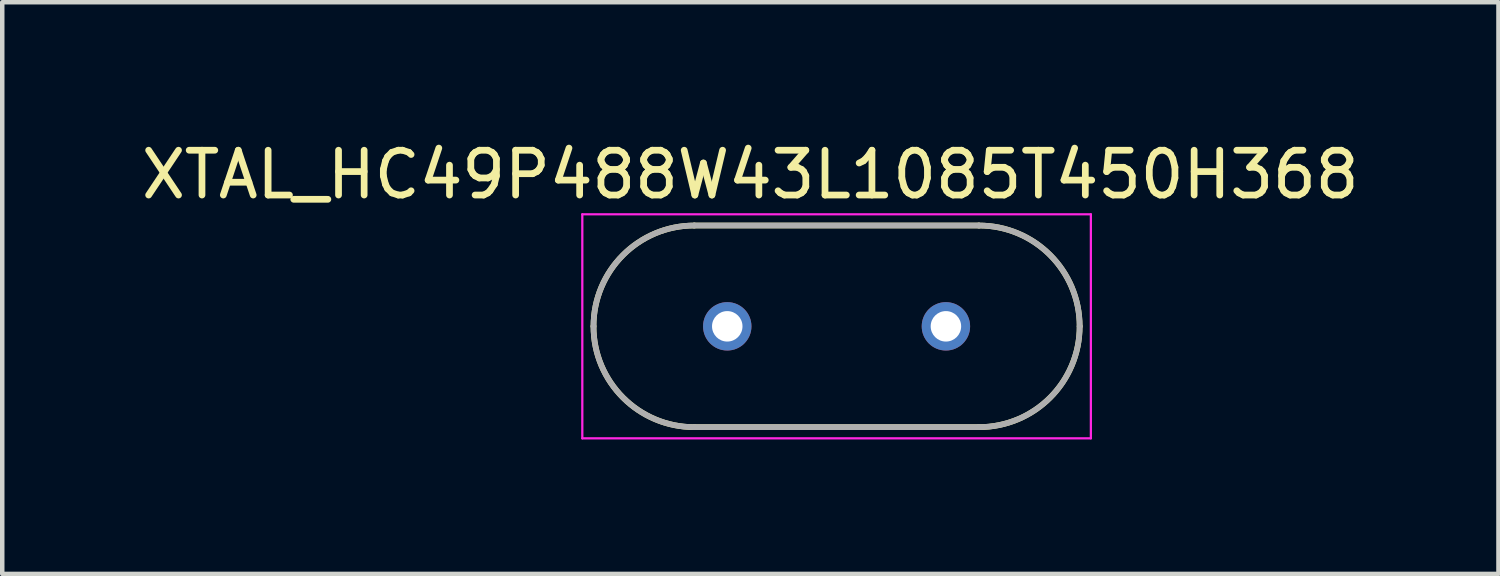
<source format=kicad_pcb>
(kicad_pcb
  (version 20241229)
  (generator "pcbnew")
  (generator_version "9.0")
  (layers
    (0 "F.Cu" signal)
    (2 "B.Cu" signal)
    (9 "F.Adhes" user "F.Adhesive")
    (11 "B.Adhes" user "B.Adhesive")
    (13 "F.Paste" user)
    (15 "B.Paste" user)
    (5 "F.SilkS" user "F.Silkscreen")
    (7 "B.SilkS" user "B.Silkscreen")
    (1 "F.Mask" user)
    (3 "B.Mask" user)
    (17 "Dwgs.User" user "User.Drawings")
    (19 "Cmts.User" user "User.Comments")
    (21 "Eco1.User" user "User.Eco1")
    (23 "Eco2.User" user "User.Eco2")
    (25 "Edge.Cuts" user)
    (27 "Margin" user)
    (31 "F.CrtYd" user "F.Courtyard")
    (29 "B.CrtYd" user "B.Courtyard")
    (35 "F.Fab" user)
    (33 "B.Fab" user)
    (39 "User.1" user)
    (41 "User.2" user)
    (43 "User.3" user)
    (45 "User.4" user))
  (footprint "XTAL_HC49P488W43L1085T450H368"
    (layer "F.Cu")
    (at 15.621 4.233)
    (property "Reference" "XTAL_HC49P488W43L1085T450H368" (at -1.925 -3.385 0) (layer "F.SilkS") (effects (font (size 1 1) (thickness 0.15))))
    (attr through_hole)
    (fp_line (start -3.175 -2.25) (end 3.175 -2.25) (stroke (width 0.127) (type solid)) (layer "F.SilkS"))
    (fp_line (start 3.175 2.25) (end -3.175 2.25) (stroke (width 0.127) (type solid)) (layer "F.SilkS"))
    (fp_arc (start -5.425 0) (mid -4.76599 -1.59099) (end -3.175 -2.25) (stroke (width 0.127) (type solid)) (layer "F.SilkS"))
    (fp_arc (start -3.175 2.25) (mid -4.76599 1.59099) (end -5.425 0) (stroke (width 0.127) (type solid)) (layer "F.SilkS"))
    (fp_arc (start 3.175 -2.25) (mid 4.76599 -1.59099) (end 5.425 0) (stroke (width 0.127) (type solid)) (layer "F.SilkS"))
    (fp_arc (start 5.425 0) (mid 4.76599 1.59099) (end 3.175 2.25) (stroke (width 0.127) (type solid)) (layer "F.SilkS"))
    (fp_line (start -5.675 -2.5) (end 5.675 -2.5) (stroke (width 0.05) (type solid)) (layer "F.CrtYd"))
    (fp_line (start -5.675 2.5) (end -5.675 -2.5) (stroke (width 0.05) (type solid)) (layer "F.CrtYd"))
    (fp_line (start 5.675 -2.5) (end 5.675 2.5) (stroke (width 0.05) (type solid)) (layer "F.CrtYd"))
    (fp_line (start 5.675 2.5) (end -5.675 2.5) (stroke (width 0.05) (type solid)) (layer "F.CrtYd"))
    (fp_line (start -3.175 -2.25) (end 3.175 -2.25) (stroke (width 0.127) (type solid)) (layer "F.Fab"))
    (fp_line (start 3.175 2.25) (end -3.175 2.25) (stroke (width 0.127) (type solid)) (layer "F.Fab"))
    (fp_arc (start -5.425 0) (mid -4.76599 -1.59099) (end -3.175 -2.25) (stroke (width 0.127) (type solid)) (layer "F.Fab"))
    (fp_arc (start -3.175 2.25) (mid -4.76599 1.59099) (end -5.425 0) (stroke (width 0.127) (type solid)) (layer "F.Fab"))
    (fp_arc (start 3.175 -2.25) (mid 4.76599 -1.59099) (end 5.425 0) (stroke (width 0.127) (type solid)) (layer "F.Fab"))
    (fp_arc (start 5.425 0) (mid 4.76599 1.59099) (end 3.175 2.25) (stroke (width 0.127) (type solid)) (layer "F.Fab"))
    (pad "1" thru_hole circle (at -2.44 0) (size 1.08 1.08) (drill 0.68) (layers "*.Cu" "*.Mask"))
    (pad "2" thru_hole circle (at 2.44 0) (size 1.08 1.08) (drill 0.68) (layers "*.Cu" "*.Mask")))
  (gr_rect
    (start -3 -3)
    (end 30.393 9.758)
    (stroke (width 0.1) (type default))
    (fill no)
    (layer "Edge.Cuts")))
</source>
